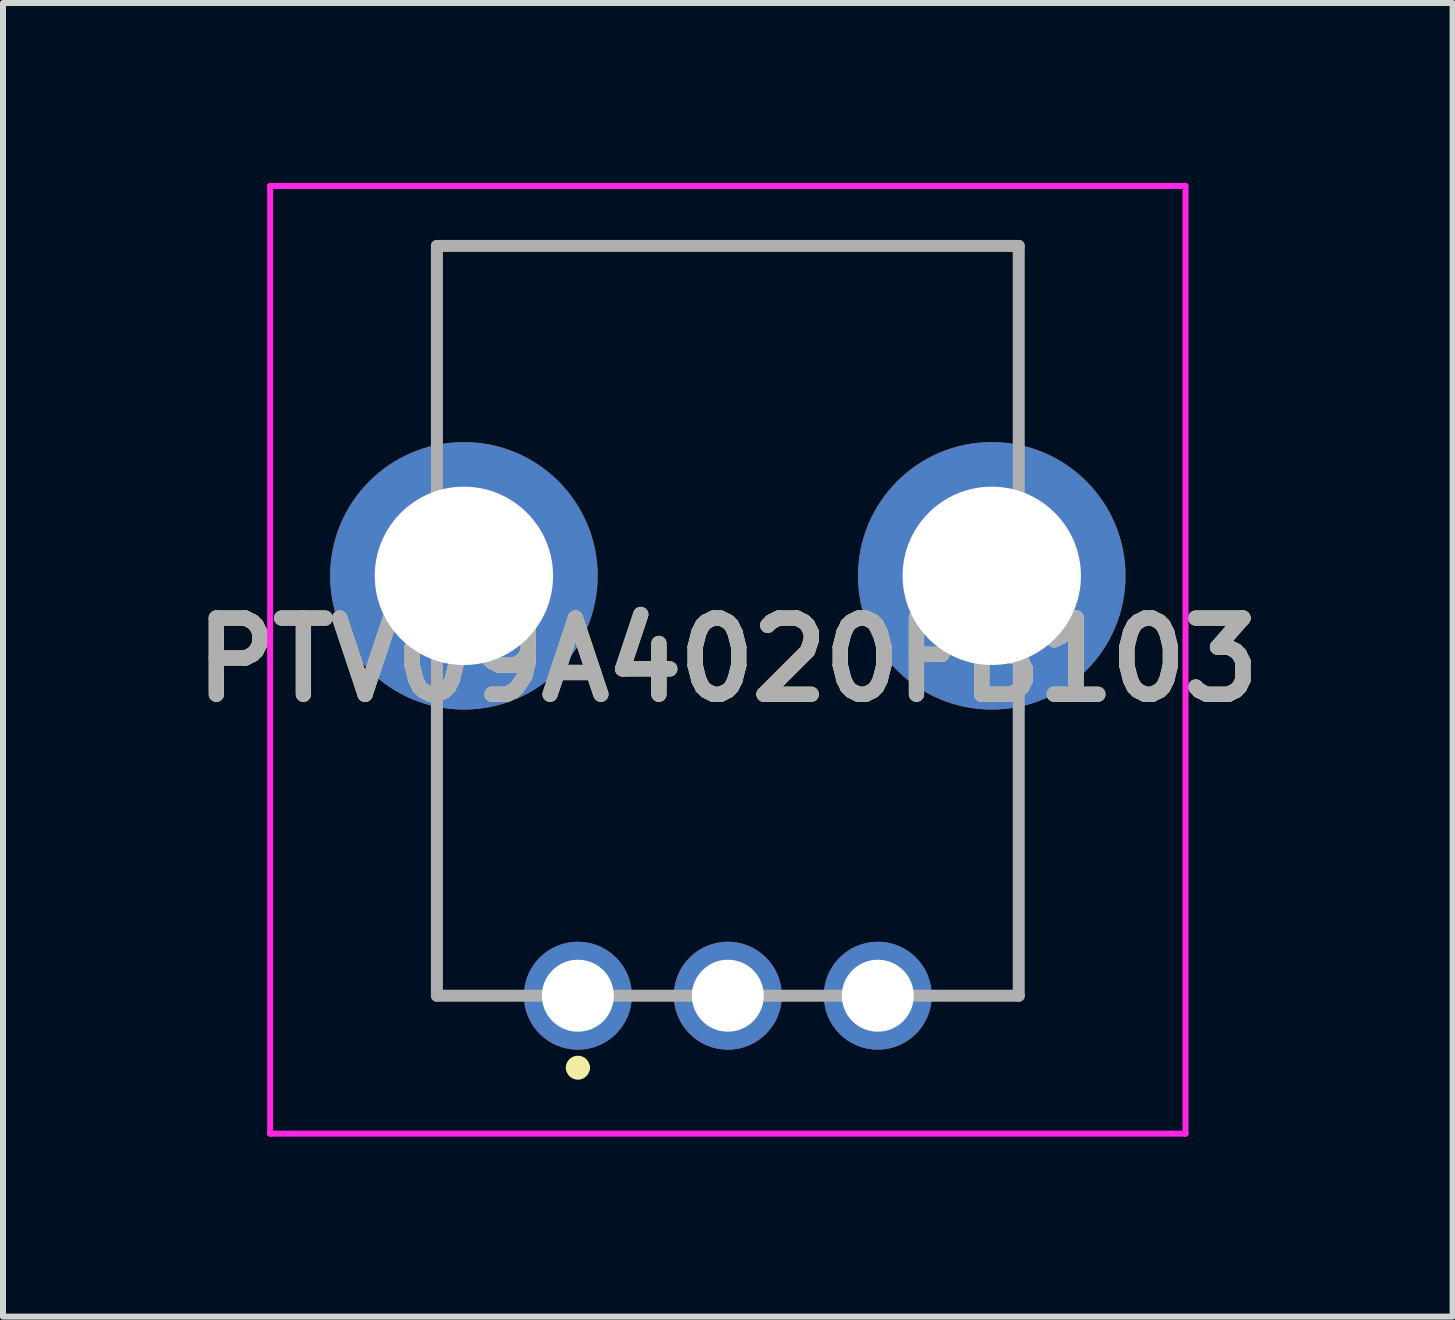
<source format=kicad_pcb>
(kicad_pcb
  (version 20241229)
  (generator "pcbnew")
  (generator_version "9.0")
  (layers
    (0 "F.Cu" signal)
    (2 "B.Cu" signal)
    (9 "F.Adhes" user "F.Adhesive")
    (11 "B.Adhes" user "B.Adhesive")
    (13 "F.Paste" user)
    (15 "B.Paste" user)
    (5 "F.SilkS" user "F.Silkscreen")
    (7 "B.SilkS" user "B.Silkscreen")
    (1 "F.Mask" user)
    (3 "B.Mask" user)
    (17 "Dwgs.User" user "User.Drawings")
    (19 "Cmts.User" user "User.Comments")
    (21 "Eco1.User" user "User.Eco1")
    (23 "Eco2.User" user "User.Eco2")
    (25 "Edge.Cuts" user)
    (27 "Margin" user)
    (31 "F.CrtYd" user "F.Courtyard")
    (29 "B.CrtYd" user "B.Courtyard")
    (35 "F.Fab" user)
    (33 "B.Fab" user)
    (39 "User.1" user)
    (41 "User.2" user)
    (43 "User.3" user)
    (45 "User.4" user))
  (footprint "PTV09A4020FB103"
    (layer "F.Cu")
    (at 9.084 7.95)
    (property "Reference" "PTV09A4020FB103" (at 0 0 0) (layer "F.SilkS") (effects (font (size 1.27 1.27) (thickness 0.254))))
    (attr through_hole)
    (fp_line (start -4.85 -6.9) (end 4.85 -6.9) (stroke (width 0.1) (type solid)) (layer "F.SilkS"))
    (fp_line (start -4.85 -3.9) (end -4.85 -6.9) (stroke (width 0.1) (type solid)) (layer "F.SilkS"))
    (fp_line (start -4.85 1.1) (end -4.85 5.6) (stroke (width 0.1) (type solid)) (layer "F.SilkS"))
    (fp_line (start -4.85 5.6) (end -4 5.6) (stroke (width 0.1) (type solid)) (layer "F.SilkS"))
    (fp_line (start -2.6 6.8) (end -2.6 6.8) (stroke (width 0.2) (type solid)) (layer "F.SilkS"))
    (fp_line (start -2.4 6.8) (end -2.4 6.8) (stroke (width 0.2) (type solid)) (layer "F.SilkS"))
    (fp_line (start 4 5.6) (end 4.85 5.6) (stroke (width 0.1) (type solid)) (layer "F.SilkS"))
    (fp_line (start 4.85 -6.9) (end 4.85 -3.9) (stroke (width 0.1) (type solid)) (layer "F.SilkS"))
    (fp_line (start 4.85 5.6) (end 4.85 1.1) (stroke (width 0.1) (type solid)) (layer "F.SilkS"))
    (fp_arc (start -2.6 6.8) (mid -2.5 6.7) (end -2.4 6.8) (stroke (width 0.2) (type solid)) (layer "F.SilkS"))
    (fp_arc (start -2.4 6.8) (mid -2.5 6.9) (end -2.6 6.8) (stroke (width 0.2) (type solid)) (layer "F.SilkS"))
    (fp_line (start -7.63 -7.9) (end 7.63 -7.9) (stroke (width 0.1) (type solid)) (layer "F.CrtYd"))
    (fp_line (start -7.63 7.9) (end -7.63 -7.9) (stroke (width 0.1) (type solid)) (layer "F.CrtYd"))
    (fp_line (start 7.63 -7.9) (end 7.63 7.9) (stroke (width 0.1) (type solid)) (layer "F.CrtYd"))
    (fp_line (start 7.63 7.9) (end -7.63 7.9) (stroke (width 0.1) (type solid)) (layer "F.CrtYd"))
    (fp_line (start -4.85 -6.9) (end 4.85 -6.9) (stroke (width 0.2) (type solid)) (layer "F.Fab"))
    (fp_line (start -4.85 5.6) (end -4.85 -6.9) (stroke (width 0.2) (type solid)) (layer "F.Fab"))
    (fp_line (start 4.85 -6.9) (end 4.85 5.6) (stroke (width 0.2) (type solid)) (layer "F.Fab"))
    (fp_line (start 4.85 5.6) (end -4.85 5.6) (stroke (width 0.2) (type solid)) (layer "F.Fab"))
    (fp_text user "${REFERENCE}" (at 0 0 0) (layer "F.Fab") (effects (font (size 1.27 1.27) (thickness 0.254))))
    (pad "1" thru_hole circle (at -2.5 5.6) (size 1.8 1.8) (drill 1.2) (layers "*.Cu" "*.Mask"))
    (pad "2" thru_hole circle (at 0 5.6) (size 1.8 1.8) (drill 1.2) (layers "*.Cu" "*.Mask"))
    (pad "3" thru_hole circle (at 2.5 5.6) (size 1.8 1.8) (drill 1.2) (layers "*.Cu" "*.Mask"))
    (pad "4" thru_hole circle (at -4.4 -1.4) (size 4.46 4.46) (drill 2.973) (layers "*.Cu" "*.Mask"))
    (pad "5" thru_hole circle (at 4.4 -1.4) (size 4.46 4.46) (drill 2.973) (layers "*.Cu" "*.Mask")))
  (gr_rect
    (start -3 -3)
    (end 21.167 18.9)
    (stroke (width 0.1) (type default))
    (fill no)
    (layer "Edge.Cuts")))
</source>
